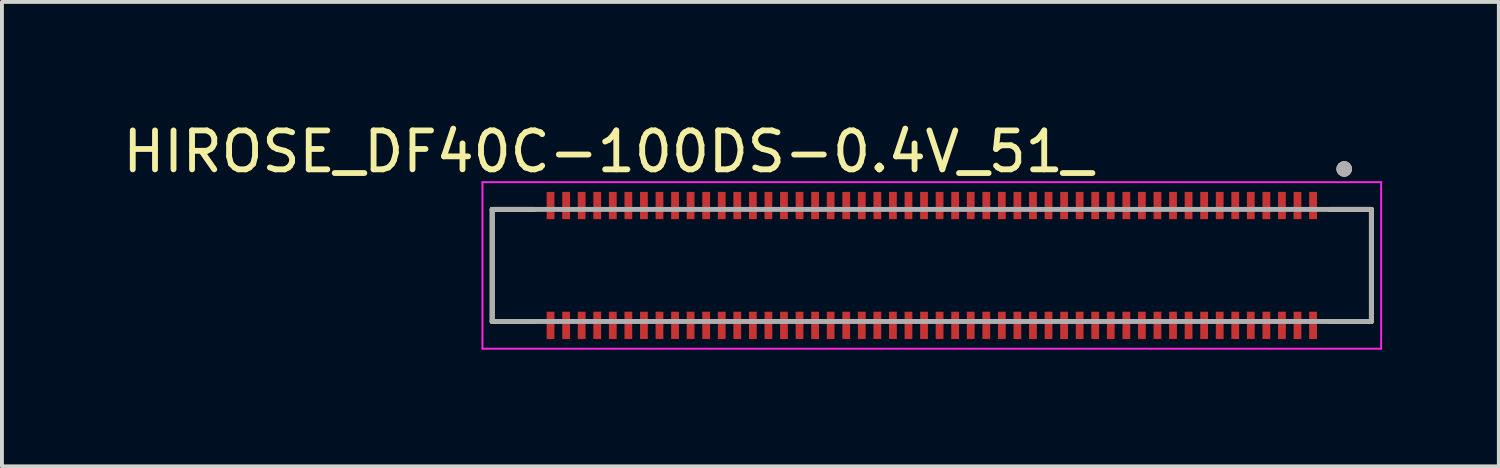
<source format=kicad_pcb>
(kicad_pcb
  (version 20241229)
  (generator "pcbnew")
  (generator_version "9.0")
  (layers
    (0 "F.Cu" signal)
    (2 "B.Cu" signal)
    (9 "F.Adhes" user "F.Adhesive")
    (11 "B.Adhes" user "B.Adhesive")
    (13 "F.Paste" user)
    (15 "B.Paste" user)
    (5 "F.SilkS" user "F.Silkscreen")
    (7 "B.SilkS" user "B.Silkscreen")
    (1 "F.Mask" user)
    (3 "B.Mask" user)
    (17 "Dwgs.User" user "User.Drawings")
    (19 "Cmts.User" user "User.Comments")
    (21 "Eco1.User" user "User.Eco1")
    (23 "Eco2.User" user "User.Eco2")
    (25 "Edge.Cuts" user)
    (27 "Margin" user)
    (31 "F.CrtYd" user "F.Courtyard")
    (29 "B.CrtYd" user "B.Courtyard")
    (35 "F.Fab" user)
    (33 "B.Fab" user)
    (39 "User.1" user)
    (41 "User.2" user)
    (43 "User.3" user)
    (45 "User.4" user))
  (footprint "HIROSE_DF40C-100DS-0.4V_51_"
    (layer "F.Cu")
    (at 20.902 3.773)
    (property "Reference" "HIROSE_DF40C-100DS-0.4V_51_" (at -8.325 -2.925 0) (layer "F.SilkS") (effects (font (size 1 1) (thickness 0.15))))
    (attr smd)
    (fp_line (start -11.3 -1.44) (end -11.3 1.44) (stroke (width 0.127) (type solid)) (layer "F.SilkS"))
    (fp_line (start -11.3 1.44) (end -10.22 1.44) (stroke (width 0.127) (type solid)) (layer "F.SilkS"))
    (fp_line (start -10.22 -1.44) (end -11.3 -1.44) (stroke (width 0.127) (type solid)) (layer "F.SilkS"))
    (fp_line (start 11.3 -1.44) (end 10.22 -1.44) (stroke (width 0.127) (type solid)) (layer "F.SilkS"))
    (fp_line (start 11.3 -1.44) (end 11.3 1.44) (stroke (width 0.127) (type solid)) (layer "F.SilkS"))
    (fp_line (start 11.3 1.44) (end 10.22 1.44) (stroke (width 0.127) (type solid)) (layer "F.SilkS"))
    (fp_circle (center 10.6 -2.48) (end 10.7 -2.48) (stroke (width 0.2) (type solid)) (fill no) (layer "F.SilkS"))
    (fp_poly (pts (xy -9.889 -1.853) (xy -9.71 -1.853) (xy -9.71 -1.227) (xy -9.889 -1.227)) (stroke (width 0.01) (type solid)) (fill yes) (layer "F.Paste"))
    (fp_poly (pts (xy -9.889 1.227) (xy -9.71 1.227) (xy -9.71 1.853) (xy -9.889 1.853)) (stroke (width 0.01) (type solid)) (fill yes) (layer "F.Paste"))
    (fp_poly (pts (xy -9.489 -1.853) (xy -9.31 -1.853) (xy -9.31 -1.227) (xy -9.489 -1.227)) (stroke (width 0.01) (type solid)) (fill yes) (layer "F.Paste"))
    (fp_poly (pts (xy -9.489 1.227) (xy -9.31 1.227) (xy -9.31 1.853) (xy -9.489 1.853)) (stroke (width 0.01) (type solid)) (fill yes) (layer "F.Paste"))
    (fp_poly (pts (xy -9.089 -1.853) (xy -8.911 -1.853) (xy -8.911 -1.227) (xy -9.089 -1.227)) (stroke (width 0.01) (type solid)) (fill yes) (layer "F.Paste"))
    (fp_poly (pts (xy -9.089 1.227) (xy -8.911 1.227) (xy -8.911 1.853) (xy -9.089 1.853)) (stroke (width 0.01) (type solid)) (fill yes) (layer "F.Paste"))
    (fp_poly (pts (xy -8.69 -1.853) (xy -8.511 -1.853) (xy -8.511 -1.227) (xy -8.69 -1.227)) (stroke (width 0.01) (type solid)) (fill yes) (layer "F.Paste"))
    (fp_poly (pts (xy -8.69 1.227) (xy -8.511 1.227) (xy -8.511 1.853) (xy -8.69 1.853)) (stroke (width 0.01) (type solid)) (fill yes) (layer "F.Paste"))
    (fp_poly (pts (xy -8.29 -1.853) (xy -8.111 -1.853) (xy -8.111 -1.227) (xy -8.29 -1.227)) (stroke (width 0.01) (type solid)) (fill yes) (layer "F.Paste"))
    (fp_poly (pts (xy -8.29 1.227) (xy -8.111 1.227) (xy -8.111 1.853) (xy -8.29 1.853)) (stroke (width 0.01) (type solid)) (fill yes) (layer "F.Paste"))
    (fp_poly (pts (xy -7.889 -1.853) (xy -7.71 -1.853) (xy -7.71 -1.227) (xy -7.889 -1.227)) (stroke (width 0.01) (type solid)) (fill yes) (layer "F.Paste"))
    (fp_poly (pts (xy -7.889 1.227) (xy -7.71 1.227) (xy -7.71 1.853) (xy -7.889 1.853)) (stroke (width 0.01) (type solid)) (fill yes) (layer "F.Paste"))
    (fp_poly (pts (xy -7.489 -1.853) (xy -7.311 -1.853) (xy -7.311 -1.227) (xy -7.489 -1.227)) (stroke (width 0.01) (type solid)) (fill yes) (layer "F.Paste"))
    (fp_poly (pts (xy -7.489 1.227) (xy -7.311 1.227) (xy -7.311 1.853) (xy -7.489 1.853)) (stroke (width 0.01) (type solid)) (fill yes) (layer "F.Paste"))
    (fp_poly (pts (xy -7.09 -1.853) (xy -6.91 -1.853) (xy -6.91 -1.227) (xy -7.09 -1.227)) (stroke (width 0.01) (type solid)) (fill yes) (layer "F.Paste"))
    (fp_poly (pts (xy -7.09 1.227) (xy -6.91 1.227) (xy -6.91 1.853) (xy -7.09 1.853)) (stroke (width 0.01) (type solid)) (fill yes) (layer "F.Paste"))
    (fp_poly (pts (xy -6.689 -1.853) (xy -6.511 -1.853) (xy -6.511 -1.227) (xy -6.689 -1.227)) (stroke (width 0.01) (type solid)) (fill yes) (layer "F.Paste"))
    (fp_poly (pts (xy -6.689 1.227) (xy -6.511 1.227) (xy -6.511 1.853) (xy -6.689 1.853)) (stroke (width 0.01) (type solid)) (fill yes) (layer "F.Paste"))
    (fp_poly (pts (xy -6.29 -1.853) (xy -6.111 -1.853) (xy -6.111 -1.227) (xy -6.29 -1.227)) (stroke (width 0.01) (type solid)) (fill yes) (layer "F.Paste"))
    (fp_poly (pts (xy -6.29 1.227) (xy -6.111 1.227) (xy -6.111 1.853) (xy -6.29 1.853)) (stroke (width 0.01) (type solid)) (fill yes) (layer "F.Paste"))
    (fp_poly (pts (xy -5.889 -1.853) (xy -5.71 -1.853) (xy -5.71 -1.227) (xy -5.889 -1.227)) (stroke (width 0.01) (type solid)) (fill yes) (layer "F.Paste"))
    (fp_poly (pts (xy -5.889 1.227) (xy -5.71 1.227) (xy -5.71 1.853) (xy -5.889 1.853)) (stroke (width 0.01) (type solid)) (fill yes) (layer "F.Paste"))
    (fp_poly (pts (xy -5.489 -1.853) (xy -5.311 -1.853) (xy -5.311 -1.227) (xy -5.489 -1.227)) (stroke (width 0.01) (type solid)) (fill yes) (layer "F.Paste"))
    (fp_poly (pts (xy -5.489 1.227) (xy -5.311 1.227) (xy -5.311 1.853) (xy -5.489 1.853)) (stroke (width 0.01) (type solid)) (fill yes) (layer "F.Paste"))
    (fp_poly (pts (xy -5.09 -1.853) (xy -4.91 -1.853) (xy -4.91 -1.227) (xy -5.09 -1.227)) (stroke (width 0.01) (type solid)) (fill yes) (layer "F.Paste"))
    (fp_poly (pts (xy -5.09 1.227) (xy -4.91 1.227) (xy -4.91 1.853) (xy -5.09 1.853)) (stroke (width 0.01) (type solid)) (fill yes) (layer "F.Paste"))
    (fp_poly (pts (xy -4.689 -1.853) (xy -4.511 -1.853) (xy -4.511 -1.227) (xy -4.689 -1.227)) (stroke (width 0.01) (type solid)) (fill yes) (layer "F.Paste"))
    (fp_poly (pts (xy -4.689 1.227) (xy -4.511 1.227) (xy -4.511 1.853) (xy -4.689 1.853)) (stroke (width 0.01) (type solid)) (fill yes) (layer "F.Paste"))
    (fp_poly (pts (xy -4.29 -1.853) (xy -4.111 -1.853) (xy -4.111 -1.227) (xy -4.29 -1.227)) (stroke (width 0.01) (type solid)) (fill yes) (layer "F.Paste"))
    (fp_poly (pts (xy -4.29 1.227) (xy -4.111 1.227) (xy -4.111 1.853) (xy -4.29 1.853)) (stroke (width 0.01) (type solid)) (fill yes) (layer "F.Paste"))
    (fp_poly (pts (xy -3.889 -1.853) (xy -3.711 -1.853) (xy -3.711 -1.227) (xy -3.889 -1.227)) (stroke (width 0.01) (type solid)) (fill yes) (layer "F.Paste"))
    (fp_poly (pts (xy -3.889 1.227) (xy -3.711 1.227) (xy -3.711 1.853) (xy -3.889 1.853)) (stroke (width 0.01) (type solid)) (fill yes) (layer "F.Paste"))
    (fp_poly (pts (xy -3.49 -1.853) (xy -3.311 -1.853) (xy -3.311 -1.227) (xy -3.49 -1.227)) (stroke (width 0.01) (type solid)) (fill yes) (layer "F.Paste"))
    (fp_poly (pts (xy -3.49 1.227) (xy -3.311 1.227) (xy -3.311 1.853) (xy -3.49 1.853)) (stroke (width 0.01) (type solid)) (fill yes) (layer "F.Paste"))
    (fp_poly (pts (xy -3.09 -1.853) (xy -2.91 -1.853) (xy -2.91 -1.227) (xy -3.09 -1.227)) (stroke (width 0.01) (type solid)) (fill yes) (layer "F.Paste"))
    (fp_poly (pts (xy -3.09 1.227) (xy -2.91 1.227) (xy -2.91 1.853) (xy -3.09 1.853)) (stroke (width 0.01) (type solid)) (fill yes) (layer "F.Paste"))
    (fp_poly (pts (xy -2.689 -1.853) (xy -2.51 -1.853) (xy -2.51 -1.227) (xy -2.689 -1.227)) (stroke (width 0.01) (type solid)) (fill yes) (layer "F.Paste"))
    (fp_poly (pts (xy -2.689 1.227) (xy -2.51 1.227) (xy -2.51 1.853) (xy -2.689 1.853)) (stroke (width 0.01) (type solid)) (fill yes) (layer "F.Paste"))
    (fp_poly (pts (xy -2.289 -1.853) (xy -2.111 -1.853) (xy -2.111 -1.227) (xy -2.289 -1.227)) (stroke (width 0.01) (type solid)) (fill yes) (layer "F.Paste"))
    (fp_poly (pts (xy -2.289 1.227) (xy -2.111 1.227) (xy -2.111 1.853) (xy -2.289 1.853)) (stroke (width 0.01) (type solid)) (fill yes) (layer "F.Paste"))
    (fp_poly (pts (xy -1.889 -1.853) (xy -1.71 -1.853) (xy -1.71 -1.227) (xy -1.889 -1.227)) (stroke (width 0.01) (type solid)) (fill yes) (layer "F.Paste"))
    (fp_poly (pts (xy -1.889 1.227) (xy -1.71 1.227) (xy -1.71 1.853) (xy -1.889 1.853)) (stroke (width 0.01) (type solid)) (fill yes) (layer "F.Paste"))
    (fp_poly (pts (xy -1.49 -1.853) (xy -1.31 -1.853) (xy -1.31 -1.227) (xy -1.49 -1.227)) (stroke (width 0.01) (type solid)) (fill yes) (layer "F.Paste"))
    (fp_poly (pts (xy -1.49 1.227) (xy -1.31 1.227) (xy -1.31 1.853) (xy -1.49 1.853)) (stroke (width 0.01) (type solid)) (fill yes) (layer "F.Paste"))
    (fp_poly (pts (xy -1.089 -1.853) (xy -0.91 -1.853) (xy -0.91 -1.227) (xy -1.089 -1.227)) (stroke (width 0.01) (type solid)) (fill yes) (layer "F.Paste"))
    (fp_poly (pts (xy -1.089 1.227) (xy -0.91 1.227) (xy -0.91 1.853) (xy -1.089 1.853)) (stroke (width 0.01) (type solid)) (fill yes) (layer "F.Paste"))
    (fp_poly (pts (xy -0.69 -1.853) (xy -0.51 -1.853) (xy -0.51 -1.227) (xy -0.69 -1.227)) (stroke (width 0.01) (type solid)) (fill yes) (layer "F.Paste"))
    (fp_poly (pts (xy -0.69 1.227) (xy -0.51 1.227) (xy -0.51 1.853) (xy -0.69 1.853)) (stroke (width 0.01) (type solid)) (fill yes) (layer "F.Paste"))
    (fp_poly (pts (xy -0.289 -1.853) (xy -0.111 -1.853) (xy -0.111 -1.227) (xy -0.289 -1.227)) (stroke (width 0.01) (type solid)) (fill yes) (layer "F.Paste"))
    (fp_poly (pts (xy -0.289 1.227) (xy -0.111 1.227) (xy -0.111 1.853) (xy -0.289 1.853)) (stroke (width 0.01) (type solid)) (fill yes) (layer "F.Paste"))
    (fp_poly (pts (xy 0.111 -1.853) (xy 0.289 -1.853) (xy 0.289 -1.227) (xy 0.111 -1.227)) (stroke (width 0.01) (type solid)) (fill yes) (layer "F.Paste"))
    (fp_poly (pts (xy 0.111 1.227) (xy 0.289 1.227) (xy 0.289 1.853) (xy 0.111 1.853)) (stroke (width 0.01) (type solid)) (fill yes) (layer "F.Paste"))
    (fp_poly (pts (xy 0.51 -1.853) (xy 0.69 -1.853) (xy 0.69 -1.227) (xy 0.51 -1.227)) (stroke (width 0.01) (type solid)) (fill yes) (layer "F.Paste"))
    (fp_poly (pts (xy 0.51 1.227) (xy 0.69 1.227) (xy 0.69 1.853) (xy 0.51 1.853)) (stroke (width 0.01) (type solid)) (fill yes) (layer "F.Paste"))
    (fp_poly (pts (xy 0.91 -1.853) (xy 1.089 -1.853) (xy 1.089 -1.227) (xy 0.91 -1.227)) (stroke (width 0.01) (type solid)) (fill yes) (layer "F.Paste"))
    (fp_poly (pts (xy 0.91 1.227) (xy 1.089 1.227) (xy 1.089 1.853) (xy 0.91 1.853)) (stroke (width 0.01) (type solid)) (fill yes) (layer "F.Paste"))
    (fp_poly (pts (xy 1.31 -1.853) (xy 1.49 -1.853) (xy 1.49 -1.227) (xy 1.31 -1.227)) (stroke (width 0.01) (type solid)) (fill yes) (layer "F.Paste"))
    (fp_poly (pts (xy 1.31 1.227) (xy 1.49 1.227) (xy 1.49 1.853) (xy 1.31 1.853)) (stroke (width 0.01) (type solid)) (fill yes) (layer "F.Paste"))
    (fp_poly (pts (xy 1.71 -1.853) (xy 1.889 -1.853) (xy 1.889 -1.227) (xy 1.71 -1.227)) (stroke (width 0.01) (type solid)) (fill yes) (layer "F.Paste"))
    (fp_poly (pts (xy 1.71 1.227) (xy 1.889 1.227) (xy 1.889 1.853) (xy 1.71 1.853)) (stroke (width 0.01) (type solid)) (fill yes) (layer "F.Paste"))
    (fp_poly (pts (xy 2.111 -1.853) (xy 2.289 -1.853) (xy 2.289 -1.227) (xy 2.111 -1.227)) (stroke (width 0.01) (type solid)) (fill yes) (layer "F.Paste"))
    (fp_poly (pts (xy 2.111 1.227) (xy 2.289 1.227) (xy 2.289 1.853) (xy 2.111 1.853)) (stroke (width 0.01) (type solid)) (fill yes) (layer "F.Paste"))
    (fp_poly (pts (xy 2.51 -1.853) (xy 2.689 -1.853) (xy 2.689 -1.227) (xy 2.51 -1.227)) (stroke (width 0.01) (type solid)) (fill yes) (layer "F.Paste"))
    (fp_poly (pts (xy 2.51 1.227) (xy 2.689 1.227) (xy 2.689 1.853) (xy 2.51 1.853)) (stroke (width 0.01) (type solid)) (fill yes) (layer "F.Paste"))
    (fp_poly (pts (xy 2.91 -1.853) (xy 3.09 -1.853) (xy 3.09 -1.227) (xy 2.91 -1.227)) (stroke (width 0.01) (type solid)) (fill yes) (layer "F.Paste"))
    (fp_poly (pts (xy 2.91 1.227) (xy 3.09 1.227) (xy 3.09 1.853) (xy 2.91 1.853)) (stroke (width 0.01) (type solid)) (fill yes) (layer "F.Paste"))
    (fp_poly (pts (xy 3.311 -1.853) (xy 3.49 -1.853) (xy 3.49 -1.227) (xy 3.311 -1.227)) (stroke (width 0.01) (type solid)) (fill yes) (layer "F.Paste"))
    (fp_poly (pts (xy 3.311 1.227) (xy 3.49 1.227) (xy 3.49 1.853) (xy 3.311 1.853)) (stroke (width 0.01) (type solid)) (fill yes) (layer "F.Paste"))
    (fp_poly (pts (xy 3.711 -1.853) (xy 3.889 -1.853) (xy 3.889 -1.227) (xy 3.711 -1.227)) (stroke (width 0.01) (type solid)) (fill yes) (layer "F.Paste"))
    (fp_poly (pts (xy 3.711 1.227) (xy 3.889 1.227) (xy 3.889 1.853) (xy 3.711 1.853)) (stroke (width 0.01) (type solid)) (fill yes) (layer "F.Paste"))
    (fp_poly (pts (xy 4.111 -1.853) (xy 4.29 -1.853) (xy 4.29 -1.227) (xy 4.111 -1.227)) (stroke (width 0.01) (type solid)) (fill yes) (layer "F.Paste"))
    (fp_poly (pts (xy 4.111 1.227) (xy 4.29 1.227) (xy 4.29 1.853) (xy 4.111 1.853)) (stroke (width 0.01) (type solid)) (fill yes) (layer "F.Paste"))
    (fp_poly (pts (xy 4.511 -1.853) (xy 4.689 -1.853) (xy 4.689 -1.227) (xy 4.511 -1.227)) (stroke (width 0.01) (type solid)) (fill yes) (layer "F.Paste"))
    (fp_poly (pts (xy 4.511 1.227) (xy 4.689 1.227) (xy 4.689 1.853) (xy 4.511 1.853)) (stroke (width 0.01) (type solid)) (fill yes) (layer "F.Paste"))
    (fp_poly (pts (xy 4.91 -1.853) (xy 5.09 -1.853) (xy 5.09 -1.227) (xy 4.91 -1.227)) (stroke (width 0.01) (type solid)) (fill yes) (layer "F.Paste"))
    (fp_poly (pts (xy 4.91 1.227) (xy 5.09 1.227) (xy 5.09 1.853) (xy 4.91 1.853)) (stroke (width 0.01) (type solid)) (fill yes) (layer "F.Paste"))
    (fp_poly (pts (xy 5.311 -1.853) (xy 5.489 -1.853) (xy 5.489 -1.227) (xy 5.311 -1.227)) (stroke (width 0.01) (type solid)) (fill yes) (layer "F.Paste"))
    (fp_poly (pts (xy 5.311 1.227) (xy 5.489 1.227) (xy 5.489 1.853) (xy 5.311 1.853)) (stroke (width 0.01) (type solid)) (fill yes) (layer "F.Paste"))
    (fp_poly (pts (xy 5.71 -1.853) (xy 5.889 -1.853) (xy 5.889 -1.227) (xy 5.71 -1.227)) (stroke (width 0.01) (type solid)) (fill yes) (layer "F.Paste"))
    (fp_poly (pts (xy 5.71 1.227) (xy 5.889 1.227) (xy 5.889 1.853) (xy 5.71 1.853)) (stroke (width 0.01) (type solid)) (fill yes) (layer "F.Paste"))
    (fp_poly (pts (xy 6.111 -1.853) (xy 6.29 -1.853) (xy 6.29 -1.227) (xy 6.111 -1.227)) (stroke (width 0.01) (type solid)) (fill yes) (layer "F.Paste"))
    (fp_poly (pts (xy 6.111 1.227) (xy 6.29 1.227) (xy 6.29 1.853) (xy 6.111 1.853)) (stroke (width 0.01) (type solid)) (fill yes) (layer "F.Paste"))
    (fp_poly (pts (xy 6.511 -1.853) (xy 6.689 -1.853) (xy 6.689 -1.227) (xy 6.511 -1.227)) (stroke (width 0.01) (type solid)) (fill yes) (layer "F.Paste"))
    (fp_poly (pts (xy 6.511 1.227) (xy 6.689 1.227) (xy 6.689 1.853) (xy 6.511 1.853)) (stroke (width 0.01) (type solid)) (fill yes) (layer "F.Paste"))
    (fp_poly (pts (xy 6.91 -1.853) (xy 7.09 -1.853) (xy 7.09 -1.227) (xy 6.91 -1.227)) (stroke (width 0.01) (type solid)) (fill yes) (layer "F.Paste"))
    (fp_poly (pts (xy 6.91 1.227) (xy 7.09 1.227) (xy 7.09 1.853) (xy 6.91 1.853)) (stroke (width 0.01) (type solid)) (fill yes) (layer "F.Paste"))
    (fp_poly (pts (xy 7.311 -1.853) (xy 7.489 -1.853) (xy 7.489 -1.227) (xy 7.311 -1.227)) (stroke (width 0.01) (type solid)) (fill yes) (layer "F.Paste"))
    (fp_poly (pts (xy 7.311 1.227) (xy 7.489 1.227) (xy 7.489 1.853) (xy 7.311 1.853)) (stroke (width 0.01) (type solid)) (fill yes) (layer "F.Paste"))
    (fp_poly (pts (xy 7.71 -1.853) (xy 7.889 -1.853) (xy 7.889 -1.227) (xy 7.71 -1.227)) (stroke (width 0.01) (type solid)) (fill yes) (layer "F.Paste"))
    (fp_poly (pts (xy 7.71 1.227) (xy 7.889 1.227) (xy 7.889 1.853) (xy 7.71 1.853)) (stroke (width 0.01) (type solid)) (fill yes) (layer "F.Paste"))
    (fp_poly (pts (xy 8.111 -1.853) (xy 8.29 -1.853) (xy 8.29 -1.227) (xy 8.111 -1.227)) (stroke (width 0.01) (type solid)) (fill yes) (layer "F.Paste"))
    (fp_poly (pts (xy 8.111 1.227) (xy 8.29 1.227) (xy 8.29 1.853) (xy 8.111 1.853)) (stroke (width 0.01) (type solid)) (fill yes) (layer "F.Paste"))
    (fp_poly (pts (xy 8.511 -1.853) (xy 8.69 -1.853) (xy 8.69 -1.227) (xy 8.511 -1.227)) (stroke (width 0.01) (type solid)) (fill yes) (layer "F.Paste"))
    (fp_poly (pts (xy 8.511 1.227) (xy 8.69 1.227) (xy 8.69 1.853) (xy 8.511 1.853)) (stroke (width 0.01) (type solid)) (fill yes) (layer "F.Paste"))
    (fp_poly (pts (xy 8.911 -1.853) (xy 9.089 -1.853) (xy 9.089 -1.227) (xy 8.911 -1.227)) (stroke (width 0.01) (type solid)) (fill yes) (layer "F.Paste"))
    (fp_poly (pts (xy 8.911 1.227) (xy 9.089 1.227) (xy 9.089 1.853) (xy 8.911 1.853)) (stroke (width 0.01) (type solid)) (fill yes) (layer "F.Paste"))
    (fp_poly (pts (xy 9.31 -1.853) (xy 9.489 -1.853) (xy 9.489 -1.227) (xy 9.31 -1.227)) (stroke (width 0.01) (type solid)) (fill yes) (layer "F.Paste"))
    (fp_poly (pts (xy 9.31 1.227) (xy 9.489 1.227) (xy 9.489 1.853) (xy 9.31 1.853)) (stroke (width 0.01) (type solid)) (fill yes) (layer "F.Paste"))
    (fp_poly (pts (xy 9.71 -1.853) (xy 9.889 -1.853) (xy 9.889 -1.227) (xy 9.71 -1.227)) (stroke (width 0.01) (type solid)) (fill yes) (layer "F.Paste"))
    (fp_poly (pts (xy 9.71 1.227) (xy 9.889 1.227) (xy 9.889 1.853) (xy 9.71 1.853)) (stroke (width 0.01) (type solid)) (fill yes) (layer "F.Paste"))
    (fp_line (start -11.55 -2.14) (end -11.55 2.14) (stroke (width 0.05) (type solid)) (layer "F.CrtYd"))
    (fp_line (start -11.55 2.14) (end 11.55 2.14) (stroke (width 0.05) (type solid)) (layer "F.CrtYd"))
    (fp_line (start 11.55 -2.14) (end -11.55 -2.14) (stroke (width 0.05) (type solid)) (layer "F.CrtYd"))
    (fp_line (start 11.55 2.14) (end 11.55 -2.14) (stroke (width 0.05) (type solid)) (layer "F.CrtYd"))
    (fp_line (start -11.3 -1.44) (end 11.3 -1.44) (stroke (width 0.127) (type solid)) (layer "F.Fab"))
    (fp_line (start -11.3 1.44) (end -11.3 -1.44) (stroke (width 0.127) (type solid)) (layer "F.Fab"))
    (fp_line (start 11.3 -1.44) (end 11.3 1.44) (stroke (width 0.127) (type solid)) (layer "F.Fab"))
    (fp_line (start 11.3 1.44) (end -11.3 1.44) (stroke (width 0.127) (type solid)) (layer "F.Fab"))
    (fp_circle (center 10.6 -2.48) (end 10.7 -2.48) (stroke (width 0.2) (type solid)) (fill no) (layer "F.Fab"))
    (pad "1" smd rect (at 9.8 -1.54) (size 0.2 0.7) (layers "F.Cu" "F.Mask"))
    (pad "2" smd rect (at 9.8 1.54) (size 0.2 0.7) (layers "F.Cu" "F.Mask"))
    (pad "3" smd rect (at 9.4 -1.54) (size 0.2 0.7) (layers "F.Cu" "F.Mask"))
    (pad "4" smd rect (at 9.4 1.54) (size 0.2 0.7) (layers "F.Cu" "F.Mask"))
    (pad "5" smd rect (at 9 -1.54) (size 0.2 0.7) (layers "F.Cu" "F.Mask"))
    (pad "6" smd rect (at 9 1.54) (size 0.2 0.7) (layers "F.Cu" "F.Mask"))
    (pad "7" smd rect (at 8.6 -1.54) (size 0.2 0.7) (layers "F.Cu" "F.Mask"))
    (pad "8" smd rect (at 8.6 1.54) (size 0.2 0.7) (layers "F.Cu" "F.Mask"))
    (pad "9" smd rect (at 8.2 -1.54) (size 0.2 0.7) (layers "F.Cu" "F.Mask"))
    (pad "10" smd rect (at 8.2 1.54) (size 0.2 0.7) (layers "F.Cu" "F.Mask"))
    (pad "11" smd rect (at 7.8 -1.54) (size 0.2 0.7) (layers "F.Cu" "F.Mask"))
    (pad "12" smd rect (at 7.8 1.54) (size 0.2 0.7) (layers "F.Cu" "F.Mask"))
    (pad "13" smd rect (at 7.4 -1.54) (size 0.2 0.7) (layers "F.Cu" "F.Mask"))
    (pad "14" smd rect (at 7.4 1.54) (size 0.2 0.7) (layers "F.Cu" "F.Mask"))
    (pad "15" smd rect (at 7 -1.54) (size 0.2 0.7) (layers "F.Cu" "F.Mask"))
    (pad "16" smd rect (at 7 1.54) (size 0.2 0.7) (layers "F.Cu" "F.Mask"))
    (pad "17" smd rect (at 6.6 -1.54) (size 0.2 0.7) (layers "F.Cu" "F.Mask"))
    (pad "18" smd rect (at 6.6 1.54) (size 0.2 0.7) (layers "F.Cu" "F.Mask"))
    (pad "19" smd rect (at 6.2 -1.54) (size 0.2 0.7) (layers "F.Cu" "F.Mask"))
    (pad "20" smd rect (at 6.2 1.54) (size 0.2 0.7) (layers "F.Cu" "F.Mask"))
    (pad "21" smd rect (at 5.8 -1.54) (size 0.2 0.7) (layers "F.Cu" "F.Mask"))
    (pad "22" smd rect (at 5.8 1.54) (size 0.2 0.7) (layers "F.Cu" "F.Mask"))
    (pad "23" smd rect (at 5.4 -1.54) (size 0.2 0.7) (layers "F.Cu" "F.Mask"))
    (pad "24" smd rect (at 5.4 1.54) (size 0.2 0.7) (layers "F.Cu" "F.Mask"))
    (pad "25" smd rect (at 5 -1.54) (size 0.2 0.7) (layers "F.Cu" "F.Mask"))
    (pad "26" smd rect (at 5 1.54) (size 0.2 0.7) (layers "F.Cu" "F.Mask"))
    (pad "27" smd rect (at 4.6 -1.54) (size 0.2 0.7) (layers "F.Cu" "F.Mask"))
    (pad "28" smd rect (at 4.6 1.54) (size 0.2 0.7) (layers "F.Cu" "F.Mask"))
    (pad "29" smd rect (at 4.2 -1.54) (size 0.2 0.7) (layers "F.Cu" "F.Mask"))
    (pad "30" smd rect (at 4.2 1.54) (size 0.2 0.7) (layers "F.Cu" "F.Mask"))
    (pad "31" smd rect (at 3.8 -1.54) (size 0.2 0.7) (layers "F.Cu" "F.Mask"))
    (pad "32" smd rect (at 3.8 1.54) (size 0.2 0.7) (layers "F.Cu" "F.Mask"))
    (pad "33" smd rect (at 3.4 -1.54) (size 0.2 0.7) (layers "F.Cu" "F.Mask"))
    (pad "34" smd rect (at 3.4 1.54) (size 0.2 0.7) (layers "F.Cu" "F.Mask"))
    (pad "35" smd rect (at 3 -1.54) (size 0.2 0.7) (layers "F.Cu" "F.Mask"))
    (pad "36" smd rect (at 3 1.54) (size 0.2 0.7) (layers "F.Cu" "F.Mask"))
    (pad "37" smd rect (at 2.6 -1.54) (size 0.2 0.7) (layers "F.Cu" "F.Mask"))
    (pad "38" smd rect (at 2.6 1.54) (size 0.2 0.7) (layers "F.Cu" "F.Mask"))
    (pad "39" smd rect (at 2.2 -1.54) (size 0.2 0.7) (layers "F.Cu" "F.Mask"))
    (pad "40" smd rect (at 2.2 1.54) (size 0.2 0.7) (layers "F.Cu" "F.Mask"))
    (pad "41" smd rect (at 1.8 -1.54) (size 0.2 0.7) (layers "F.Cu" "F.Mask"))
    (pad "42" smd rect (at 1.8 1.54) (size 0.2 0.7) (layers "F.Cu" "F.Mask"))
    (pad "43" smd rect (at 1.4 -1.54) (size 0.2 0.7) (layers "F.Cu" "F.Mask"))
    (pad "44" smd rect (at 1.4 1.54) (size 0.2 0.7) (layers "F.Cu" "F.Mask"))
    (pad "45" smd rect (at 1 -1.54) (size 0.2 0.7) (layers "F.Cu" "F.Mask"))
    (pad "46" smd rect (at 1 1.54) (size 0.2 0.7) (layers "F.Cu" "F.Mask"))
    (pad "47" smd rect (at 0.6 -1.54) (size 0.2 0.7) (layers "F.Cu" "F.Mask"))
    (pad "48" smd rect (at 0.6 1.54) (size 0.2 0.7) (layers "F.Cu" "F.Mask"))
    (pad "49" smd rect (at 0.2 -1.54) (size 0.2 0.7) (layers "F.Cu" "F.Mask"))
    (pad "50" smd rect (at 0.2 1.54) (size 0.2 0.7) (layers "F.Cu" "F.Mask"))
    (pad "51" smd rect (at -0.2 -1.54) (size 0.2 0.7) (layers "F.Cu" "F.Mask"))
    (pad "52" smd rect (at -0.2 1.54) (size 0.2 0.7) (layers "F.Cu" "F.Mask"))
    (pad "53" smd rect (at -0.6 -1.54) (size 0.2 0.7) (layers "F.Cu" "F.Mask"))
    (pad "54" smd rect (at -0.6 1.54) (size 0.2 0.7) (layers "F.Cu" "F.Mask"))
    (pad "55" smd rect (at -1 -1.54) (size 0.2 0.7) (layers "F.Cu" "F.Mask"))
    (pad "56" smd rect (at -1 1.54) (size 0.2 0.7) (layers "F.Cu" "F.Mask"))
    (pad "57" smd rect (at -1.4 -1.54) (size 0.2 0.7) (layers "F.Cu" "F.Mask"))
    (pad "58" smd rect (at -1.4 1.54) (size 0.2 0.7) (layers "F.Cu" "F.Mask"))
    (pad "59" smd rect (at -1.8 -1.54) (size 0.2 0.7) (layers "F.Cu" "F.Mask"))
    (pad "60" smd rect (at -1.8 1.54) (size 0.2 0.7) (layers "F.Cu" "F.Mask"))
    (pad "61" smd rect (at -2.2 -1.54) (size 0.2 0.7) (layers "F.Cu" "F.Mask"))
    (pad "62" smd rect (at -2.2 1.54) (size 0.2 0.7) (layers "F.Cu" "F.Mask"))
    (pad "63" smd rect (at -2.6 -1.54) (size 0.2 0.7) (layers "F.Cu" "F.Mask"))
    (pad "64" smd rect (at -2.6 1.54) (size 0.2 0.7) (layers "F.Cu" "F.Mask"))
    (pad "65" smd rect (at -3 -1.54) (size 0.2 0.7) (layers "F.Cu" "F.Mask"))
    (pad "66" smd rect (at -3 1.54) (size 0.2 0.7) (layers "F.Cu" "F.Mask"))
    (pad "67" smd rect (at -3.4 -1.54) (size 0.2 0.7) (layers "F.Cu" "F.Mask"))
    (pad "68" smd rect (at -3.4 1.54) (size 0.2 0.7) (layers "F.Cu" "F.Mask"))
    (pad "69" smd rect (at -3.8 -1.54) (size 0.2 0.7) (layers "F.Cu" "F.Mask"))
    (pad "70" smd rect (at -3.8 1.54) (size 0.2 0.7) (layers "F.Cu" "F.Mask"))
    (pad "71" smd rect (at -4.2 -1.54) (size 0.2 0.7) (layers "F.Cu" "F.Mask"))
    (pad "72" smd rect (at -4.2 1.54) (size 0.2 0.7) (layers "F.Cu" "F.Mask"))
    (pad "73" smd rect (at -4.6 -1.54) (size 0.2 0.7) (layers "F.Cu" "F.Mask"))
    (pad "74" smd rect (at -4.6 1.54) (size 0.2 0.7) (layers "F.Cu" "F.Mask"))
    (pad "75" smd rect (at -5 -1.54) (size 0.2 0.7) (layers "F.Cu" "F.Mask"))
    (pad "76" smd rect (at -5 1.54) (size 0.2 0.7) (layers "F.Cu" "F.Mask"))
    (pad "77" smd rect (at -5.4 -1.54) (size 0.2 0.7) (layers "F.Cu" "F.Mask"))
    (pad "78" smd rect (at -5.4 1.54) (size 0.2 0.7) (layers "F.Cu" "F.Mask"))
    (pad "79" smd rect (at -5.8 -1.54) (size 0.2 0.7) (layers "F.Cu" "F.Mask"))
    (pad "80" smd rect (at -5.8 1.54) (size 0.2 0.7) (layers "F.Cu" "F.Mask"))
    (pad "81" smd rect (at -6.2 -1.54) (size 0.2 0.7) (layers "F.Cu" "F.Mask"))
    (pad "82" smd rect (at -6.2 1.54) (size 0.2 0.7) (layers "F.Cu" "F.Mask"))
    (pad "83" smd rect (at -6.6 -1.54) (size 0.2 0.7) (layers "F.Cu" "F.Mask"))
    (pad "84" smd rect (at -6.6 1.54) (size 0.2 0.7) (layers "F.Cu" "F.Mask"))
    (pad "85" smd rect (at -7 -1.54) (size 0.2 0.7) (layers "F.Cu" "F.Mask"))
    (pad "86" smd rect (at -7 1.54) (size 0.2 0.7) (layers "F.Cu" "F.Mask"))
    (pad "87" smd rect (at -7.4 -1.54) (size 0.2 0.7) (layers "F.Cu" "F.Mask"))
    (pad "88" smd rect (at -7.4 1.54) (size 0.2 0.7) (layers "F.Cu" "F.Mask"))
    (pad "89" smd rect (at -7.8 -1.54) (size 0.2 0.7) (layers "F.Cu" "F.Mask"))
    (pad "90" smd rect (at -7.8 1.54) (size 0.2 0.7) (layers "F.Cu" "F.Mask"))
    (pad "91" smd rect (at -8.2 -1.54) (size 0.2 0.7) (layers "F.Cu" "F.Mask"))
    (pad "92" smd rect (at -8.2 1.54) (size 0.2 0.7) (layers "F.Cu" "F.Mask"))
    (pad "93" smd rect (at -8.6 -1.54) (size 0.2 0.7) (layers "F.Cu" "F.Mask"))
    (pad "94" smd rect (at -8.6 1.54) (size 0.2 0.7) (layers "F.Cu" "F.Mask"))
    (pad "95" smd rect (at -9 -1.54) (size 0.2 0.7) (layers "F.Cu" "F.Mask"))
    (pad "96" smd rect (at -9 1.54) (size 0.2 0.7) (layers "F.Cu" "F.Mask"))
    (pad "97" smd rect (at -9.4 -1.54) (size 0.2 0.7) (layers "F.Cu" "F.Mask"))
    (pad "98" smd rect (at -9.4 1.54) (size 0.2 0.7) (layers "F.Cu" "F.Mask"))
    (pad "99" smd rect (at -9.8 -1.54) (size 0.2 0.7) (layers "F.Cu" "F.Mask"))
    (pad "100" smd rect (at -9.8 1.54) (size 0.2 0.7) (layers "F.Cu" "F.Mask")))
  (gr_rect
    (start -3 -3)
    (end 35.477 8.938)
    (stroke (width 0.1) (type default))
    (fill no)
    (layer "Edge.Cuts")))
</source>
